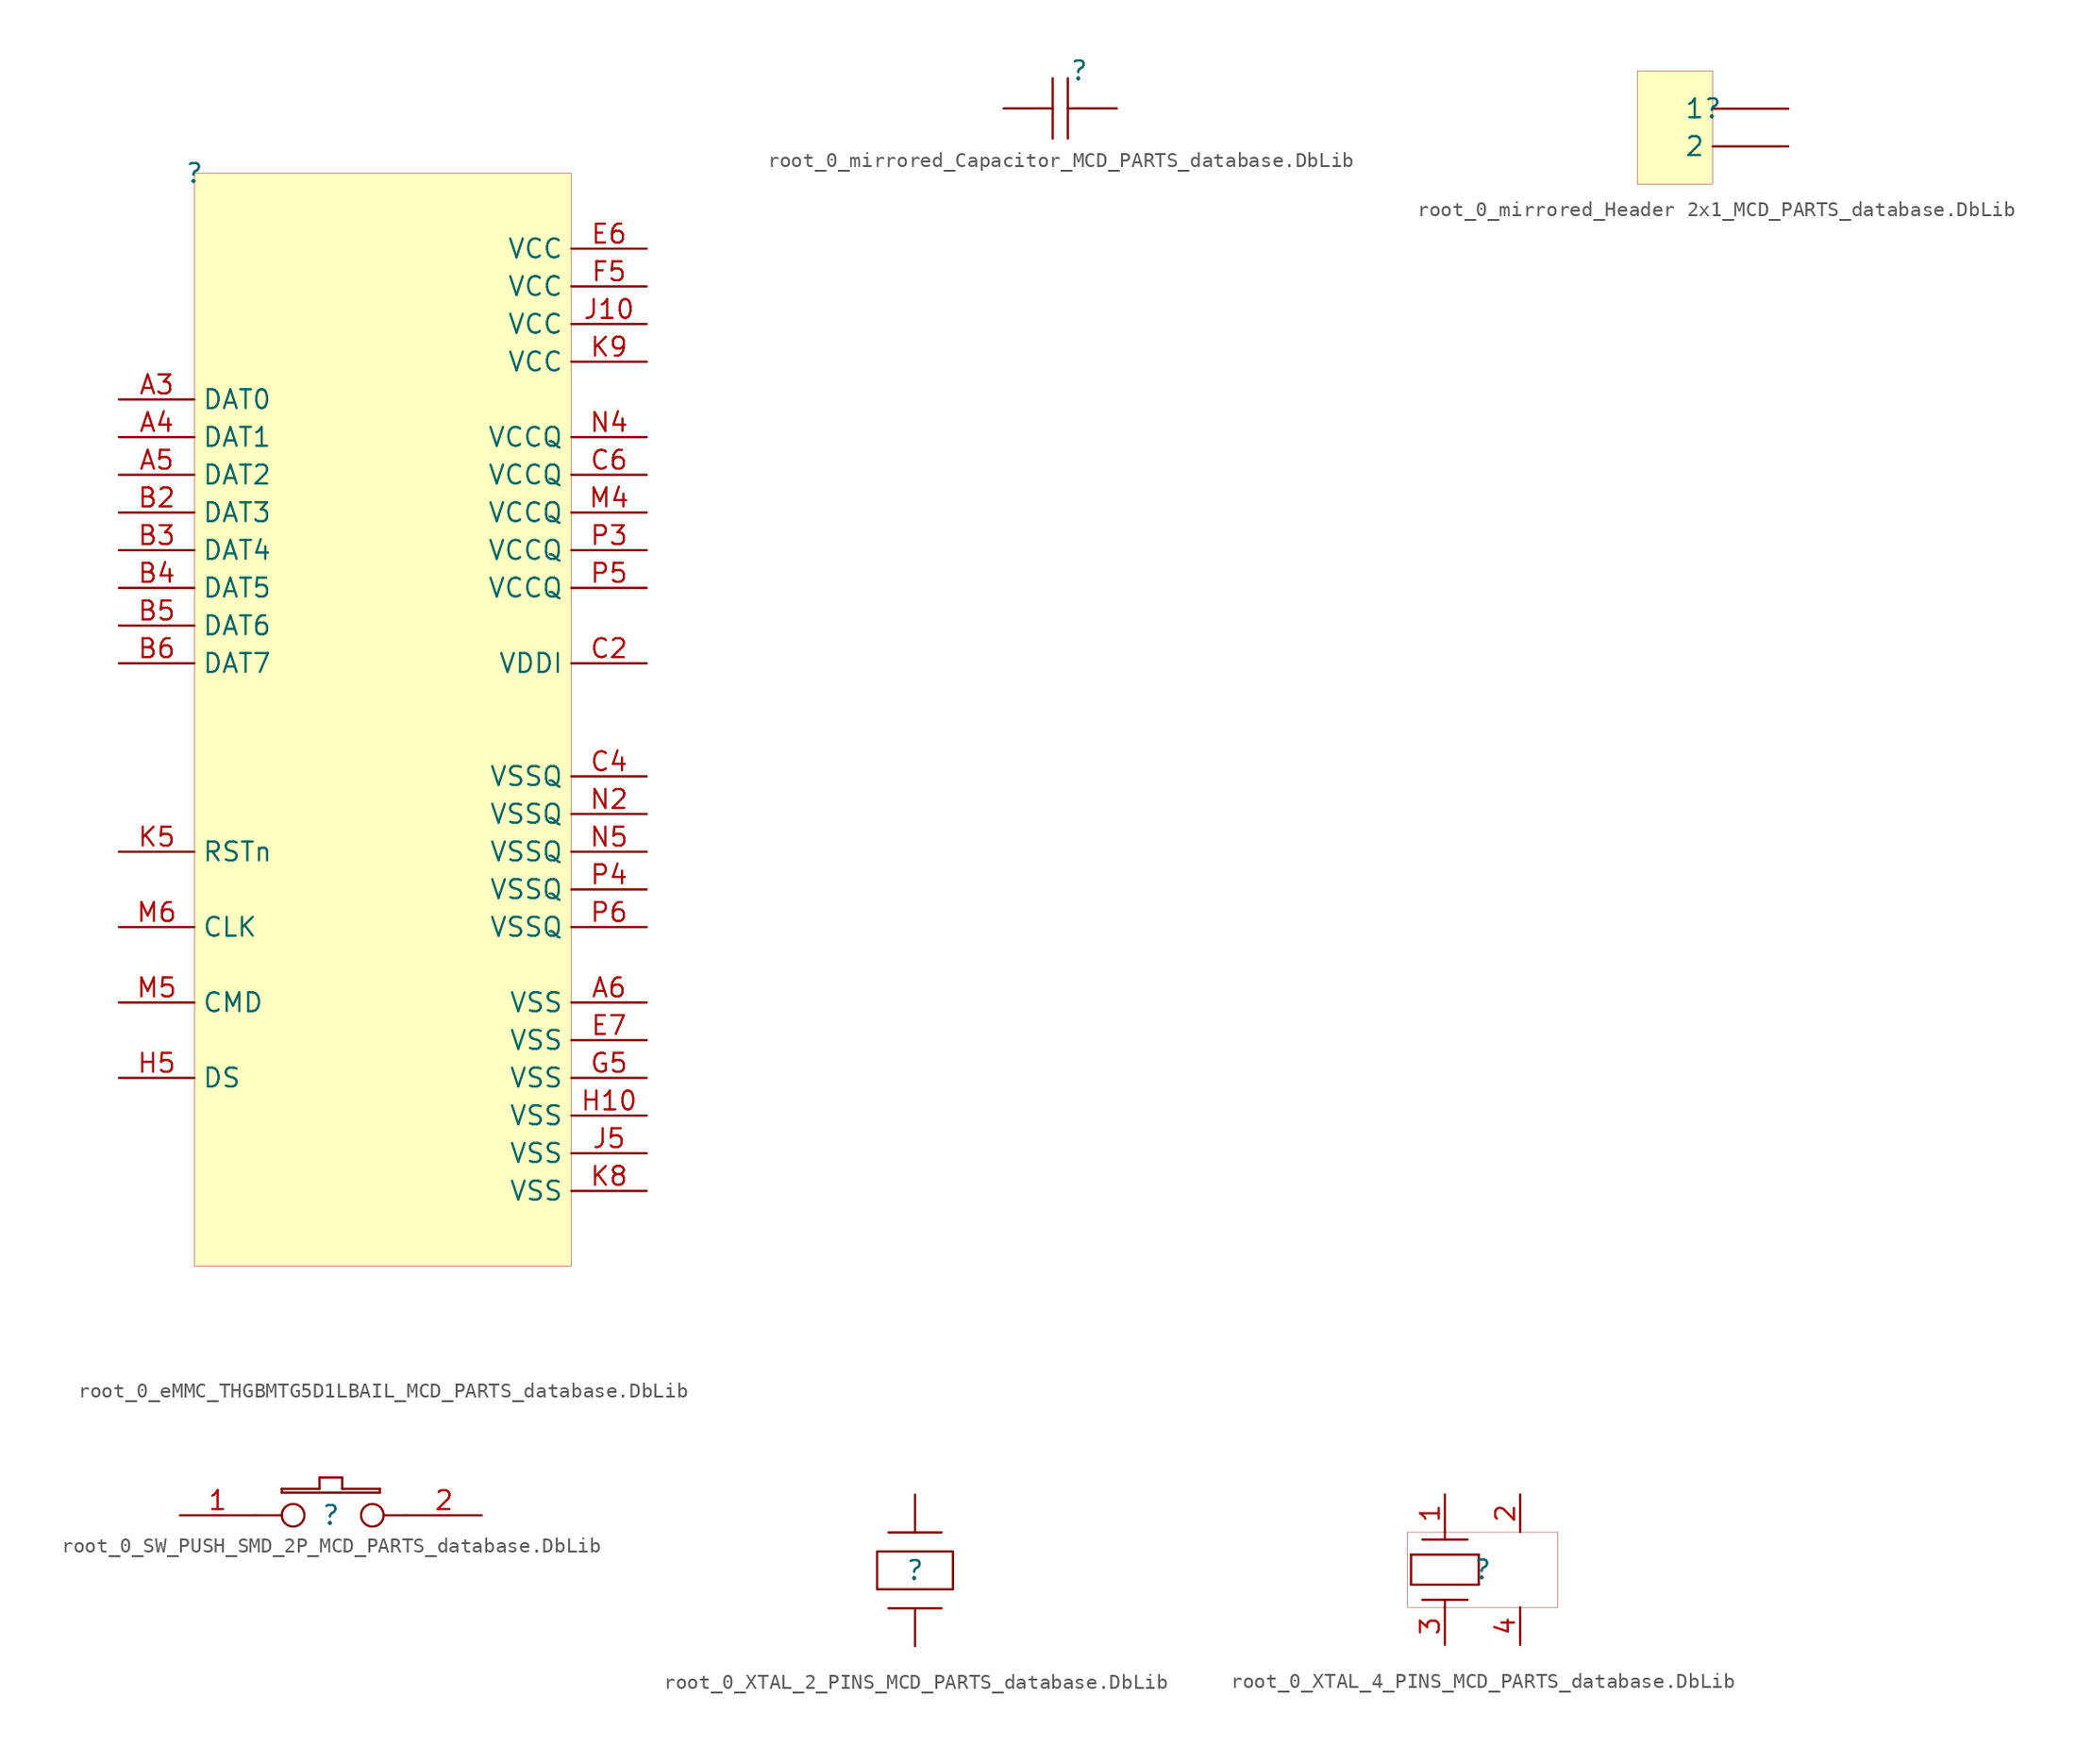
<source format=kicad_sym>
(kicad_symbol_lib
  (version 20241209)
  (generator "kicad_symbol_editor")
  (generator_version "9.0")
  (symbol "root_0_eMMC_THGBMTG5D1LBAIL_MCD_PARTS_database.DbLib"
    (property "Reference" ""
      (at 0 0 0)
      (effects (font (size 1.27 1.27))))
    (property "Value" ""
      (at 0 0 0)
      (effects (font (size 1.27 1.27))))
    (symbol "root_0_eMMC_THGBMTG5D1LBAIL_MCD_PARTS_database.DbLib_1_0"
      (rectangle (start 25.4 0) (end 0 -73.66) (stroke (width 0.025) (type solid) (color 128 0 0 1)) (fill (type background)))
      (pin passive line (at -5.08 -15.24 0) (length 5.08) (name "DAT0" (effects (font (size 1.27 1.27)))) (number "A3" (effects (font (size 1.27 1.27)))))
      (pin passive line (at -5.08 -17.78 0) (length 5.08) (name "DAT1" (effects (font (size 1.27 1.27)))) (number "A4" (effects (font (size 1.27 1.27)))))
      (pin passive line (at -5.08 -20.32 0) (length 5.08) (name "DAT2" (effects (font (size 1.27 1.27)))) (number "A5" (effects (font (size 1.27 1.27)))))
      (pin passive line (at -5.08 -22.86 0) (length 5.08) (name "DAT3" (effects (font (size 1.27 1.27)))) (number "B2" (effects (font (size 1.27 1.27)))))
      (pin passive line (at -5.08 -25.4 0) (length 5.08) (name "DAT4" (effects (font (size 1.27 1.27)))) (number "B3" (effects (font (size 1.27 1.27)))))
      (pin passive line (at -5.08 -27.94 0) (length 5.08) (name "DAT5" (effects (font (size 1.27 1.27)))) (number "B4" (effects (font (size 1.27 1.27)))))
      (pin passive line (at -5.08 -30.48 0) (length 5.08) (name "DAT6" (effects (font (size 1.27 1.27)))) (number "B5" (effects (font (size 1.27 1.27)))))
      (pin passive line (at -5.08 -33.02 0) (length 5.08) (name "DAT7" (effects (font (size 1.27 1.27)))) (number "B6" (effects (font (size 1.27 1.27)))))
      (pin input line (at -5.08 -45.72 0) (length 5.08) (name "RSTn" (effects (font (size 1.27 1.27)))) (number "K5" (effects (font (size 1.27 1.27)))))
      (pin input line (at -5.08 -50.8 0) (length 5.08) (name "CLK" (effects (font (size 1.27 1.27)))) (number "M6" (effects (font (size 1.27 1.27)))))
      (pin passive line (at -5.08 -55.88 0) (length 5.08) (name "CMD" (effects (font (size 1.27 1.27)))) (number "M5" (effects (font (size 1.27 1.27)))))
      (pin output line (at -5.08 -60.96 0) (length 5.08) (name "DS" (effects (font (size 1.27 1.27)))) (number "H5" (effects (font (size 1.27 1.27)))))
      (pin passive line (at 30.48 -5.08 180) (length 5.08) (name "VCC" (effects (font (size 1.27 1.27)))) (number "E6" (effects (font (size 1.27 1.27)))))
      (pin passive line (at 30.48 -7.62 180) (length 5.08) (name "VCC" (effects (font (size 1.27 1.27)))) (number "F5" (effects (font (size 1.27 1.27)))))
      (pin passive line (at 30.48 -10.16 180) (length 5.08) (name "VCC" (effects (font (size 1.27 1.27)))) (number "J10" (effects (font (size 1.27 1.27)))))
      (pin passive line (at 30.48 -12.7 180) (length 5.08) (name "VCC" (effects (font (size 1.27 1.27)))) (number "K9" (effects (font (size 1.27 1.27)))))
      (pin passive line (at 30.48 -17.78 180) (length 5.08) (name "VCCQ" (effects (font (size 1.27 1.27)))) (number "N4" (effects (font (size 1.27 1.27)))))
      (pin passive line (at 30.48 -20.32 180) (length 5.08) (name "VCCQ" (effects (font (size 1.27 1.27)))) (number "C6" (effects (font (size 1.27 1.27)))))
      (pin passive line (at 30.48 -22.86 180) (length 5.08) (name "VCCQ" (effects (font (size 1.27 1.27)))) (number "M4" (effects (font (size 1.27 1.27)))))
      (pin passive line (at 30.48 -25.4 180) (length 5.08) (name "VCCQ" (effects (font (size 1.27 1.27)))) (number "P3" (effects (font (size 1.27 1.27)))))
      (pin passive line (at 30.48 -27.94 180) (length 5.08) (name "VCCQ" (effects (font (size 1.27 1.27)))) (number "P5" (effects (font (size 1.27 1.27)))))
      (pin passive line (at 30.48 -33.02 180) (length 5.08) (name "VDDI" (effects (font (size 1.27 1.27)))) (number "C2" (effects (font (size 1.27 1.27)))))
      (pin passive line (at 30.48 -40.64 180) (length 5.08) (name "VSSQ" (effects (font (size 1.27 1.27)))) (number "C4" (effects (font (size 1.27 1.27)))))
      (pin passive line (at 30.48 -43.18 180) (length 5.08) (name "VSSQ" (effects (font (size 1.27 1.27)))) (number "N2" (effects (font (size 1.27 1.27)))))
      (pin passive line (at 30.48 -45.72 180) (length 5.08) (name "VSSQ" (effects (font (size 1.27 1.27)))) (number "N5" (effects (font (size 1.27 1.27)))))
      (pin passive line (at 30.48 -48.26 180) (length 5.08) (name "VSSQ" (effects (font (size 1.27 1.27)))) (number "P4" (effects (font (size 1.27 1.27)))))
      (pin passive line (at 30.48 -50.8 180) (length 5.08) (name "VSSQ" (effects (font (size 1.27 1.27)))) (number "P6" (effects (font (size 1.27 1.27)))))
      (pin passive line (at 30.48 -55.88 180) (length 5.08) (name "VSS" (effects (font (size 1.27 1.27)))) (number "A6" (effects (font (size 1.27 1.27)))))
      (pin passive line (at 30.48 -58.42 180) (length 5.08) (name "VSS" (effects (font (size 1.27 1.27)))) (number "E7" (effects (font (size 1.27 1.27)))))
      (pin passive line (at 30.48 -60.96 180) (length 5.08) (name "VSS" (effects (font (size 1.27 1.27)))) (number "G5" (effects (font (size 1.27 1.27)))))
      (pin passive line (at 30.48 -63.5 180) (length 5.08) (name "VSS" (effects (font (size 1.27 1.27)))) (number "H10" (effects (font (size 1.27 1.27)))))
      (pin passive line (at 30.48 -66.04 180) (length 5.08) (name "VSS" (effects (font (size 1.27 1.27)))) (number "J5" (effects (font (size 1.27 1.27)))))
      (pin passive line (at 30.48 -68.58 180) (length 5.08) (name "VSS" (effects (font (size 1.27 1.27)))) (number "K8" (effects (font (size 1.27 1.27)))))))
  (symbol "root_0_mirrored_Capacitor_MCD_PARTS_database.DbLib"
    (pin_numbers
      (hide yes))
    (pin_names
      (hide yes))
    (property "Reference" ""
      (at 0 0 0)
      (effects (font (size 1.27 1.27))))
    (property "Value" ""
      (at 0 0 0)
      (effects (font (size 1.27 1.27))))
    (symbol "root_0_mirrored_Capacitor_MCD_PARTS_database.DbLib_1_0"
      (polyline (pts (xy -2.54 -2.54) (xy -1.778 -2.54)) (stroke (width 0) (type solid)) (fill (type none)))
      (polyline (pts (xy -1.778 -0.508) (xy -1.778 -4.572)) (stroke (width 0) (type solid)) (fill (type none)))
      (polyline (pts (xy -0.762 -4.572) (xy -0.762 -0.508)) (stroke (width 0) (type solid)) (fill (type none)))
      (polyline (pts (xy 0 -2.54) (xy -0.762 -2.54)) (stroke (width 0) (type solid)) (fill (type none)))
      (pin passive line (at -5.08 -2.54 0) (length 2.54) (name "2" (effects (font (size 1.27 1.27)))) (number "2" (effects (font (size 1.27 1.27)))))
      (pin passive line (at 2.54 -2.54 180) (length 2.54) (name "1" (effects (font (size 1.27 1.27)))) (number "1" (effects (font (size 1.27 1.27)))))))
  (symbol "root_0_mirrored_Header 2x1_MCD_PARTS_database.DbLib"
    (pin_numbers
      (hide yes))
    (property "Reference" ""
      (at 0 0 0)
      (effects (font (size 1.27 1.27))))
    (property "Value" ""
      (at 0 0 0)
      (effects (font (size 1.27 1.27))))
    (symbol "root_0_mirrored_Header 2x1_MCD_PARTS_database.DbLib_1_0"
      (rectangle (start 0 2.54) (end -5.08 -5.08) (stroke (width 0.025) (type solid) (color 128 0 0 1)) (fill (type background)))
      (pin passive line (at 5.08 0 180) (length 5.08) (name "1" (effects (font (size 1.27 1.27)))) (number "1" (effects (font (size 1.27 1.27)))))
      (pin passive line (at 5.08 -2.54 180) (length 5.08) (name "2" (effects (font (size 1.27 1.27)))) (number "2" (effects (font (size 1.27 1.27)))))))
  (symbol "root_0_SW_PUSH_SMD_2P_MCD_PARTS_database.DbLib"
    (pin_names
      (hide yes))
    (property "Reference" ""
      (at 0 0 0)
      (effects (font (size 1.27 1.27))))
    (property "Value" ""
      (at 0 0 0)
      (effects (font (size 1.27 1.27))))
    (symbol "root_0_SW_PUSH_SMD_2P_MCD_PARTS_database.DbLib_1_0"
      (polyline (pts (xy -3.302 1.778) (xy -3.302 1.524)) (stroke (width 0) (type solid)) (fill (type none)))
      (polyline (pts (xy -3.302 1.524) (xy 3.302 1.524)) (stroke (width 0) (type solid)) (fill (type none)))
      (polyline (pts (xy -3.302 0) (xy -5.08 0)) (stroke (width 0) (type solid)) (fill (type none)))
      (circle (center -2.54 0) (radius 0.762) (stroke (width 0) (type solid)) (fill (type none)))
      (polyline (pts (xy -0.762 2.54) (xy -0.762 1.778)) (stroke (width 0) (type solid)) (fill (type none)))
      (polyline (pts (xy -0.762 1.778) (xy -3.302 1.778)) (stroke (width 0) (type solid)) (fill (type none)))
      (polyline (pts (xy 0.762 2.54) (xy -0.762 2.54)) (stroke (width 0) (type solid)) (fill (type none)))
      (polyline (pts (xy 0.762 1.778) (xy 0.762 2.54)) (stroke (width 0) (type solid)) (fill (type none)))
      (circle (center 2.794 0) (radius 0.762) (stroke (width 0) (type solid)) (fill (type none)))
      (polyline (pts (xy 3.302 1.778) (xy 0.762 1.778)) (stroke (width 0) (type solid)) (fill (type none)))
      (polyline (pts (xy 3.302 1.524) (xy 3.302 1.778)) (stroke (width 0) (type solid)) (fill (type none)))
      (polyline (pts (xy 3.556 0) (xy 5.08 0)) (stroke (width 0) (type solid)) (fill (type none)))
      (pin passive line (at -10.16 0 0) (length 5.08) (name "1" (effects (font (size 1.27 1.27)))) (number "1" (effects (font (size 1.27 1.27)))))
      (pin passive line (at 10.16 0 180) (length 5.08) (name "2" (effects (font (size 1.27 1.27)))) (number "2" (effects (font (size 1.27 1.27)))))))
  (symbol "root_0_XTAL_2_PINS_MCD_PARTS_database.DbLib"
    (pin_numbers
      (hide yes))
    (pin_names
      (hide yes))
    (property "Reference" ""
      (at 0 0 0)
      (effects (font (size 1.27 1.27))))
    (property "Value" ""
      (at 0 0 0)
      (effects (font (size 1.27 1.27))))
    (symbol "root_0_XTAL_2_PINS_MCD_PARTS_database.DbLib_1_0"
      (polyline (pts (xy 1.778 2.54) (xy -1.778 2.54)) (stroke (width 0) (type solid)) (fill (type none)))
      (polyline (pts (xy 1.778 -2.54) (xy -1.778 -2.54)) (stroke (width 0) (type solid)) (fill (type none)))
      (rectangle (start 2.54 1.27) (end -2.54 -1.27) (stroke (width 0) (type solid)) (fill (type color) (color 255 255 255 0.5)))
      (pin passive line (at 0 5.08 270) (length 2.54) (name "X2" (effects (font (size 1.27 1.27)))) (number "2" (effects (font (size 1.27 1.27)))))
      (pin passive line (at 0 -5.08 90) (length 2.54) (name "X1" (effects (font (size 1.27 1.27)))) (number "1" (effects (font (size 1.27 1.27)))))))
  (symbol "root_0_XTAL_4_PINS_MCD_PARTS_database.DbLib"
    (pin_names
      (hide yes))
    (property "Reference" ""
      (at 0 0 0)
      (effects (font (size 1.27 1.27))))
    (property "Value" ""
      (at 0 0 0)
      (effects (font (size 1.27 1.27))))
    (symbol "root_0_XTAL_4_PINS_MCD_PARTS_database.DbLib_1_0"
      (polyline (pts (xy -4.826 1.016) (xy -0.254 1.016)) (stroke (width 0) (type solid)) (fill (type none)))
      (polyline (pts (xy -4.826 -1.016) (xy -4.826 1.016)) (stroke (width 0) (type solid)) (fill (type none)))
      (polyline (pts (xy -4.826 -1.016) (xy -0.254 -1.016)) (stroke (width 0) (type solid)) (fill (type none)))
      (polyline (pts (xy -4.064 2.032) (xy -1.016 2.032)) (stroke (width 0) (type solid)) (fill (type none)))
      (polyline (pts (xy -4.064 -2.032) (xy -1.016 -2.032)) (stroke (width 0) (type solid)) (fill (type none)))
      (polyline (pts (xy -2.54 2.032) (xy -2.54 2.54)) (stroke (width 0) (type solid)) (fill (type none)))
      (polyline (pts (xy -2.54 -2.54) (xy -2.54 -2.032)) (stroke (width 0) (type solid)) (fill (type none)))
      (polyline (pts (xy -0.254 -1.016) (xy -0.254 1.016)) (stroke (width 0) (type solid)) (fill (type none)))
      (rectangle (start 5.08 2.54) (end -5.08 -2.54) (stroke (width 0.025) (type solid) (color 128 0 0 1)) (fill (type none)))
      (pin passive line (at -2.54 5.08 270) (length 2.54) (name "1" (effects (font (size 1.27 1.27)))) (number "1" (effects (font (size 1.27 1.27)))))
      (pin passive line (at -2.54 -5.08 90) (length 2.54) (name "3" (effects (font (size 1.27 1.27)))) (number "3" (effects (font (size 1.27 1.27)))))
      (pin passive line (at 2.54 5.08 270) (length 2.54) (name "2" (effects (font (size 1.27 1.27)))) (number "2" (effects (font (size 1.27 1.27)))))
      (pin passive line (at 2.54 -5.08 90) (length 2.54) (name "4" (effects (font (size 1.27 1.27)))) (number "4" (effects (font (size 1.27 1.27))))))))
</source>
